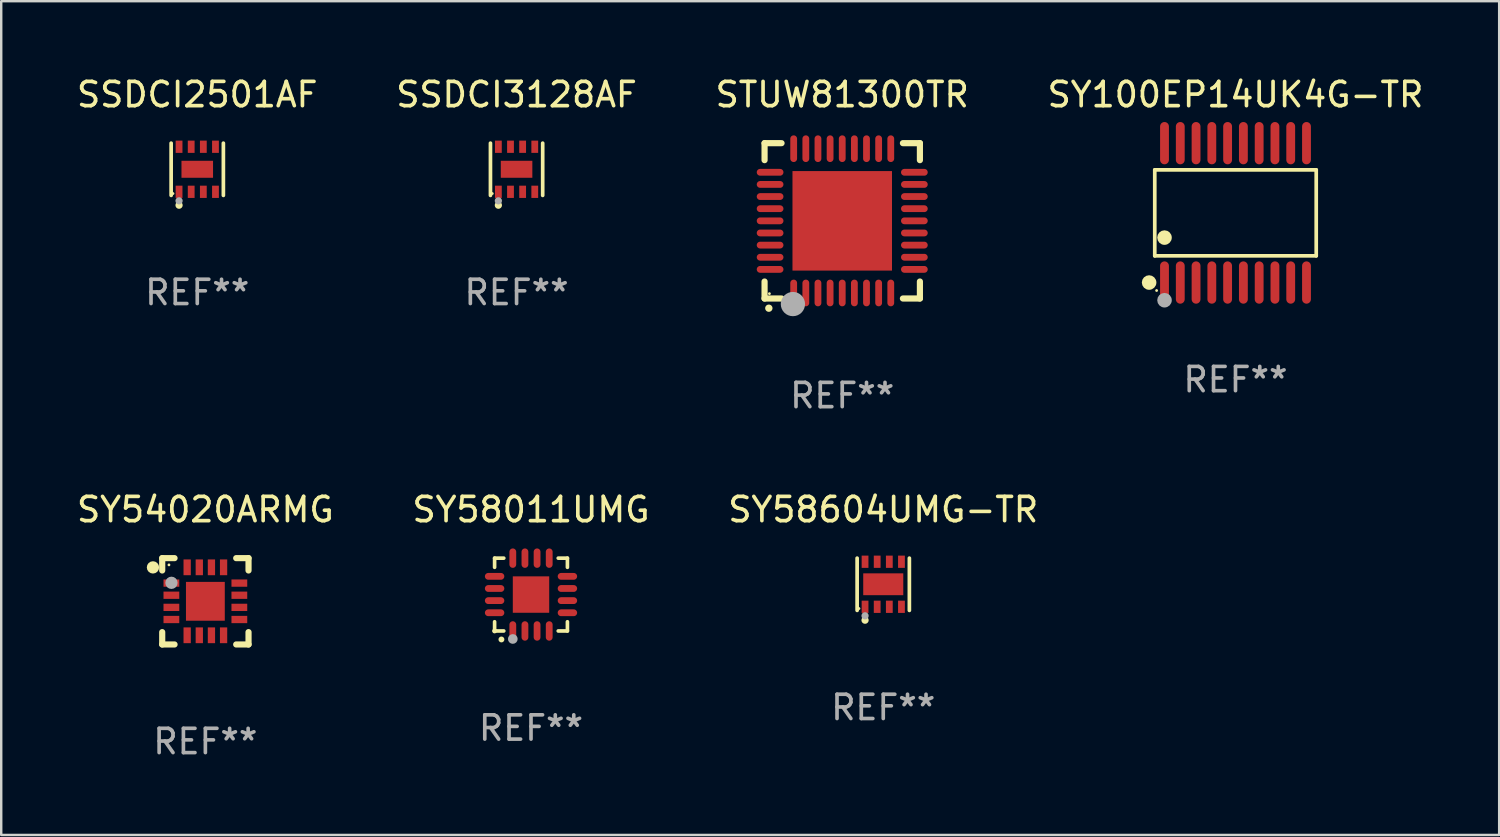
<source format=kicad_pcb>
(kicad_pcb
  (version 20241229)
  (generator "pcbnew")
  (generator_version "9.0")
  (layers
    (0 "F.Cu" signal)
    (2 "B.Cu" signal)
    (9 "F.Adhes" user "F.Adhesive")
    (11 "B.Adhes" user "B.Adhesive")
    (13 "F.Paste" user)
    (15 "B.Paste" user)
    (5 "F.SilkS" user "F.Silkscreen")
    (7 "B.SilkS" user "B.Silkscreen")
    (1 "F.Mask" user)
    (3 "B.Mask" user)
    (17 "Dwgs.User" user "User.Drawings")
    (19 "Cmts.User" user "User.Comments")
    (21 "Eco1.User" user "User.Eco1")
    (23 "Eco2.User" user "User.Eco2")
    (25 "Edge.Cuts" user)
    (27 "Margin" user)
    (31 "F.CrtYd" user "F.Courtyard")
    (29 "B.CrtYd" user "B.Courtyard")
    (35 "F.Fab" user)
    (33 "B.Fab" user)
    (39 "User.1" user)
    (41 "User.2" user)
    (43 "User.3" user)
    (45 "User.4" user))
  (footprint "SSDCI2501AF"
    (layer "F.Cu")
    (at 5.077 3.924)
    (property "Reference" "SSDCI2501AF" (at 0 -3.076 0) (layer "F.SilkS") (effects (font (size 1 1) (thickness 0.15))))
    (attr through_hole)
    (fp_line (start -1.076 1.076) (end -1.076 -1.076) (stroke (width 0.152) (type solid)) (layer "F.SilkS"))
    (fp_line (start 1.076 1.076) (end 1.076 -1.076) (stroke (width 0.152) (type solid)) (layer "F.SilkS"))
    (fp_circle (center -1 1) (end -0.97 1) (stroke (width 0.06) (type solid)) (fill no) (layer "F.SilkS"))
    (fp_circle (center -0.75 1.48) (end -0.675 1.48) (stroke (width 0.15) (type solid)) (fill no) (layer "F.SilkS"))
    (fp_circle (center -0.75 1.3) (end -0.675 1.3) (stroke (width 0.15) (type solid)) (fill no) (layer "F.Fab"))
    (fp_text user "REF**" (at 0 5.076 0) (layer "F.Fab") (effects (font (size 1 1) (thickness 0.15))))
    (pad "1" smd rect (at -0.75 0.928) (size 0.28 0.505) (layers "F.Cu" "F.Mask" "F.Paste"))
    (pad "2" smd rect (at -0.25 0.928) (size 0.28 0.505) (layers "F.Cu" "F.Mask" "F.Paste"))
    (pad "3" smd rect (at 0.25 0.928) (size 0.28 0.505) (layers "F.Cu" "F.Mask" "F.Paste"))
    (pad "4" smd rect (at 0.75 0.928) (size 0.28 0.505) (layers "F.Cu" "F.Mask" "F.Paste"))
    (pad "5" smd rect (at 0.75 -0.928) (size 0.28 0.505) (layers "F.Cu" "F.Mask" "F.Paste"))
    (pad "6" smd rect (at 0.25 -0.928) (size 0.28 0.505) (layers "F.Cu" "F.Mask" "F.Paste"))
    (pad "7" smd rect (at -0.25 -0.928) (size 0.28 0.505) (layers "F.Cu" "F.Mask" "F.Paste"))
    (pad "8" smd rect (at -0.75 -0.928) (size 0.28 0.505) (layers "F.Cu" "F.Mask" "F.Paste"))
    (pad "9" smd rect (at 0 0) (size 1.3 0.7) (layers "F.Cu" "F.Mask" "F.Paste")))
  (footprint "SY58011UMG"
    (layer "F.Cu")
    (at 18.827 21.445)
    (property "Reference" "SY58011UMG" (at 0 -3.5 0) (layer "F.SilkS") (effects (font (size 1 1) (thickness 0.15))))
    (attr through_hole)
    (fp_line (start -1.5 -1.5) (end -1.121 -1.5) (stroke (width 0.15) (type solid)) (layer "F.SilkS"))
    (fp_line (start -1.5 -1.122) (end -1.5 -1.5) (stroke (width 0.15) (type solid)) (layer "F.SilkS"))
    (fp_line (start -1.5 1.5) (end -1.5 1.121) (stroke (width 0.15) (type solid)) (layer "F.SilkS"))
    (fp_line (start -1.121 1.5) (end -1.5 1.5) (stroke (width 0.15) (type solid)) (layer "F.SilkS"))
    (fp_line (start 1.121 -1.5) (end 1.5 -1.5) (stroke (width 0.15) (type solid)) (layer "F.SilkS"))
    (fp_line (start 1.5 -1.5) (end 1.5 -1.122) (stroke (width 0.15) (type solid)) (layer "F.SilkS"))
    (fp_line (start 1.5 1.121) (end 1.5 1.5) (stroke (width 0.15) (type solid)) (layer "F.SilkS"))
    (fp_line (start 1.5 1.5) (end 1.121 1.5) (stroke (width 0.15) (type solid)) (layer "F.SilkS"))
    (fp_arc (start -1.219926 1.850254) (mid -1.21891 1.85025) (end -1.217894 1.850254) (stroke (width 0.240005) (type solid)) (layer "F.SilkS"))
    (fp_circle (center -1.5 1.5) (end -1.45 1.5) (stroke (width 0.1) (type solid)) (fill no) (layer "F.SilkS"))
    (fp_circle (center -0.75 1.83) (end -0.65 1.83) (stroke (width 0.2) (type solid)) (fill no) (layer "F.Fab"))
    (fp_text user "REF**" (at 0 5.5 0) (layer "F.Fab") (effects (font (size 1 1) (thickness 0.15))))
    (pad "1" smd oval (at -0.75 1.5) (size 0.28 0.8) (layers "F.Cu" "F.Mask" "F.Paste"))
    (pad "2" smd oval (at -0.25 1.5) (size 0.28 0.8) (layers "F.Cu" "F.Mask" "F.Paste"))
    (pad "3" smd oval (at 0.25 1.5) (size 0.28 0.8) (layers "F.Cu" "F.Mask" "F.Paste"))
    (pad "4" smd oval (at 0.75 1.5) (size 0.28 0.8) (layers "F.Cu" "F.Mask" "F.Paste"))
    (pad "5" smd oval (at 1.5 0.75) (size 0.8 0.28) (layers "F.Cu" "F.Mask" "F.Paste"))
    (pad "6" smd oval (at 1.5 0.25) (size 0.8 0.28) (layers "F.Cu" "F.Mask" "F.Paste"))
    (pad "7" smd oval (at 1.5 -0.25) (size 0.8 0.28) (layers "F.Cu" "F.Mask" "F.Paste"))
    (pad "8" smd oval (at 1.5 -0.75) (size 0.8 0.28) (layers "F.Cu" "F.Mask" "F.Paste"))
    (pad "9" smd oval (at 0.75 -1.5) (size 0.28 0.8) (layers "F.Cu" "F.Mask" "F.Paste"))
    (pad "10" smd oval (at 0.25 -1.5) (size 0.28 0.8) (layers "F.Cu" "F.Mask" "F.Paste"))
    (pad "11" smd oval (at -0.25 -1.5) (size 0.28 0.8) (layers "F.Cu" "F.Mask" "F.Paste"))
    (pad "12" smd oval (at -0.75 -1.5) (size 0.28 0.8) (layers "F.Cu" "F.Mask" "F.Paste"))
    (pad "13" smd oval (at -1.5 -0.75) (size 0.8 0.28) (layers "F.Cu" "F.Mask" "F.Paste"))
    (pad "14" smd oval (at -1.5 -0.25) (size 0.8 0.28) (layers "F.Cu" "F.Mask" "F.Paste"))
    (pad "15" smd oval (at -1.5 0.25) (size 0.8 0.28) (layers "F.Cu" "F.Mask" "F.Paste"))
    (pad "16" smd oval (at -1.5 0.75) (size 0.8 0.28) (layers "F.Cu" "F.Mask" "F.Paste"))
    (pad "17" smd rect (at -0.000064 0.000165) (size 1.5 1.5) (layers "F.Cu" "F.Mask" "F.Paste")))
  (footprint "SY100EP14UK4G-TR"
    (layer "F.Cu")
    (at 47.851 5.719)
    (property "Reference" "SY100EP14UK4G-TR" (at 0 -4.871 0) (layer "F.SilkS") (effects (font (size 1 1) (thickness 0.15))))
    (attr through_hole)
    (fp_line (start -3.326 -1.771) (end 3.326 -1.771) (stroke (width 0.152) (type solid)) (layer "F.SilkS"))
    (fp_line (start -3.326 1.771) (end -3.326 -1.771) (stroke (width 0.152) (type solid)) (layer "F.SilkS"))
    (fp_line (start 3.326 -1.771) (end 3.326 1.771) (stroke (width 0.152) (type solid)) (layer "F.SilkS"))
    (fp_line (start 3.326 1.771) (end -3.326 1.771) (stroke (width 0.152) (type solid)) (layer "F.SilkS"))
    (fp_circle (center -3.559 2.871) (end -3.409 2.871) (stroke (width 0.3) (type solid)) (fill no) (layer "F.SilkS"))
    (fp_circle (center -3.25 3.2) (end -3.22 3.2) (stroke (width 0.06) (type solid)) (fill no) (layer "F.SilkS"))
    (fp_circle (center -2.925 1.019) (end -2.775 1.019) (stroke (width 0.3) (type solid)) (fill no) (layer "F.SilkS"))
    (fp_circle (center -2.925 3.6) (end -2.775 3.6) (stroke (width 0.3) (type solid)) (fill no) (layer "F.Fab"))
    (fp_text user "REF**" (at 0 6.871 0) (layer "F.Fab") (effects (font (size 1 1) (thickness 0.15))))
    (pad "1" smd oval (at -2.925 2.871) (size 0.364 1.742) (layers "F.Cu" "F.Mask" "F.Paste"))
    (pad "2" smd oval (at -2.275 2.871) (size 0.364 1.742) (layers "F.Cu" "F.Mask" "F.Paste"))
    (pad "3" smd oval (at -1.625 2.871) (size 0.364 1.742) (layers "F.Cu" "F.Mask" "F.Paste"))
    (pad "4" smd oval (at -0.975 2.871) (size 0.364 1.742) (layers "F.Cu" "F.Mask" "F.Paste"))
    (pad "5" smd oval (at -0.325 2.871) (size 0.364 1.742) (layers "F.Cu" "F.Mask" "F.Paste"))
    (pad "6" smd oval (at 0.325 2.871) (size 0.364 1.742) (layers "F.Cu" "F.Mask" "F.Paste"))
    (pad "7" smd oval (at 0.975 2.871) (size 0.364 1.742) (layers "F.Cu" "F.Mask" "F.Paste"))
    (pad "8" smd oval (at 1.625 2.871) (size 0.364 1.742) (layers "F.Cu" "F.Mask" "F.Paste"))
    (pad "9" smd oval (at 2.275 2.871) (size 0.364 1.742) (layers "F.Cu" "F.Mask" "F.Paste"))
    (pad "10" smd oval (at 2.925 2.871) (size 0.364 1.742) (layers "F.Cu" "F.Mask" "F.Paste"))
    (pad "11" smd oval (at 2.925 -2.871) (size 0.364 1.742) (layers "F.Cu" "F.Mask" "F.Paste"))
    (pad "12" smd oval (at 2.275 -2.871) (size 0.364 1.742) (layers "F.Cu" "F.Mask" "F.Paste"))
    (pad "13" smd oval (at 1.625 -2.871) (size 0.364 1.742) (layers "F.Cu" "F.Mask" "F.Paste"))
    (pad "14" smd oval (at 0.975 -2.871) (size 0.364 1.742) (layers "F.Cu" "F.Mask" "F.Paste"))
    (pad "15" smd oval (at 0.325 -2.871) (size 0.364 1.742) (layers "F.Cu" "F.Mask" "F.Paste"))
    (pad "16" smd oval (at -0.325 -2.871) (size 0.364 1.742) (layers "F.Cu" "F.Mask" "F.Paste"))
    (pad "17" smd oval (at -0.975 -2.871) (size 0.364 1.742) (layers "F.Cu" "F.Mask" "F.Paste"))
    (pad "18" smd oval (at -1.625 -2.871) (size 0.364 1.742) (layers "F.Cu" "F.Mask" "F.Paste"))
    (pad "19" smd oval (at -2.275 -2.871) (size 0.364 1.742) (layers "F.Cu" "F.Mask" "F.Paste"))
    (pad "20" smd oval (at -2.925 -2.871) (size 0.364 1.742) (layers "F.Cu" "F.Mask" "F.Paste")))
  (footprint "SY58604UMG-TR"
    (layer "F.Cu")
    (at 33.339 21.021)
    (property "Reference" "SY58604UMG-TR" (at 0 -3.076 0) (layer "F.SilkS") (effects (font (size 1 1) (thickness 0.15))))
    (attr through_hole)
    (fp_line (start -1.076 1.076) (end -1.076 -1.076) (stroke (width 0.152) (type solid)) (layer "F.SilkS"))
    (fp_line (start 1.076 1.076) (end 1.076 -1.076) (stroke (width 0.152) (type solid)) (layer "F.SilkS"))
    (fp_circle (center -1 1) (end -0.97 1) (stroke (width 0.06) (type solid)) (fill no) (layer "F.SilkS"))
    (fp_circle (center -0.75 1.48) (end -0.675 1.48) (stroke (width 0.15) (type solid)) (fill no) (layer "F.SilkS"))
    (fp_circle (center -0.75 1.3) (end -0.675 1.3) (stroke (width 0.15) (type solid)) (fill no) (layer "F.Fab"))
    (fp_text user "REF**" (at 0 5.076 0) (layer "F.Fab") (effects (font (size 1 1) (thickness 0.15))))
    (pad "1" smd rect (at -0.75 0.928) (size 0.28 0.505) (layers "F.Cu" "F.Mask" "F.Paste"))
    (pad "2" smd rect (at -0.25 0.928) (size 0.28 0.505) (layers "F.Cu" "F.Mask" "F.Paste"))
    (pad "3" smd rect (at 0.25 0.928) (size 0.28 0.505) (layers "F.Cu" "F.Mask" "F.Paste"))
    (pad "4" smd rect (at 0.75 0.928) (size 0.28 0.505) (layers "F.Cu" "F.Mask" "F.Paste"))
    (pad "5" smd rect (at 0.75 -0.928) (size 0.28 0.505) (layers "F.Cu" "F.Mask" "F.Paste"))
    (pad "6" smd rect (at 0.25 -0.928) (size 0.28 0.505) (layers "F.Cu" "F.Mask" "F.Paste"))
    (pad "7" smd rect (at -0.25 -0.928) (size 0.28 0.505) (layers "F.Cu" "F.Mask" "F.Paste"))
    (pad "8" smd rect (at -0.75 -0.928) (size 0.28 0.505) (layers "F.Cu" "F.Mask" "F.Paste"))
    (pad "9" smd rect (at 0 0) (size 1.65 0.9) (layers "F.Cu" "F.Mask" "F.Paste")))
  (footprint "SY54020ARMG"
    (layer "F.Cu")
    (at 5.411 21.723)
    (property "Reference" "SY54020ARMG" (at 0 -3.778 0) (layer "F.SilkS") (effects (font (size 1 1) (thickness 0.15))))
    (attr through_hole)
    (fp_line (start -1.778 -1.778) (end -1.778 -1.27) (stroke (width 0.254) (type solid)) (layer "F.SilkS"))
    (fp_line (start -1.778 1.27) (end -1.778 1.778) (stroke (width 0.254) (type solid)) (layer "F.SilkS"))
    (fp_line (start -1.778 1.778) (end -1.27 1.778) (stroke (width 0.254) (type solid)) (layer "F.SilkS"))
    (fp_line (start -1.27 -1.778) (end -1.778 -1.778) (stroke (width 0.254) (type solid)) (layer "F.SilkS"))
    (fp_line (start 1.27 -1.778) (end 1.778 -1.778) (stroke (width 0.254) (type solid)) (layer "F.SilkS"))
    (fp_line (start 1.27 1.778) (end 1.778 1.778) (stroke (width 0.254) (type solid)) (layer "F.SilkS"))
    (fp_line (start 1.778 -1.778) (end 1.778 -1.27) (stroke (width 0.254) (type solid)) (layer "F.SilkS"))
    (fp_line (start 1.778 1.778) (end 1.778 1.27) (stroke (width 0.254) (type solid)) (layer "F.SilkS"))
    (fp_circle (center -2.159 -1.397) (end -2.032 -1.397) (stroke (width 0.254) (type solid)) (fill no) (layer "F.SilkS"))
    (fp_circle (center -1.5 -1.5) (end -1.47 -1.5) (stroke (width 0.06) (type solid)) (fill no) (layer "F.SilkS"))
    (fp_circle (center -1.397 -0.762) (end -1.27 -0.762) (stroke (width 0.254) (type solid)) (fill no) (layer "F.Fab"))
    (fp_text user "REF**" (at 0 5.778 0) (layer "F.Fab") (effects (font (size 1 1) (thickness 0.15))))
    (pad "1" smd rect (at -1.4 -0.75 90) (size 0.3 0.65) (layers "F.Cu" "F.Mask" "F.Paste"))
    (pad "2" smd rect (at -1.4 -0.25 90) (size 0.3 0.65) (layers "F.Cu" "F.Mask" "F.Paste"))
    (pad "3" smd rect (at -1.4 0.25 90) (size 0.3 0.65) (layers "F.Cu" "F.Mask" "F.Paste"))
    (pad "4" smd rect (at -1.4 0.75 90) (size 0.3 0.65) (layers "F.Cu" "F.Mask" "F.Paste"))
    (pad "5" smd rect (at -0.75 1.4 180) (size 0.3 0.65) (layers "F.Cu" "F.Mask" "F.Paste"))
    (pad "6" smd rect (at -0.25 1.4 180) (size 0.3 0.65) (layers "F.Cu" "F.Mask" "F.Paste"))
    (pad "7" smd rect (at 0.25 1.4 180) (size 0.3 0.65) (layers "F.Cu" "F.Mask" "F.Paste"))
    (pad "8" smd rect (at 0.75 1.4 180) (size 0.3 0.65) (layers "F.Cu" "F.Mask" "F.Paste"))
    (pad "9" smd rect (at 1.4 0.75 270) (size 0.3 0.65) (layers "F.Cu" "F.Mask" "F.Paste"))
    (pad "10" smd rect (at 1.4 0.25 270) (size 0.3 0.65) (layers "F.Cu" "F.Mask" "F.Paste"))
    (pad "11" smd rect (at 1.4 -0.25 270) (size 0.3 0.65) (layers "F.Cu" "F.Mask" "F.Paste"))
    (pad "12" smd rect (at 1.4 -0.75 270) (size 0.3 0.65) (layers "F.Cu" "F.Mask" "F.Paste"))
    (pad "13" smd rect (at 0.75 -1.4) (size 0.3 0.65) (layers "F.Cu" "F.Mask" "F.Paste"))
    (pad "14" smd rect (at 0.25 -1.4) (size 0.3 0.65) (layers "F.Cu" "F.Mask" "F.Paste"))
    (pad "15" smd rect (at -0.25 -1.4) (size 0.3 0.65) (layers "F.Cu" "F.Mask" "F.Paste"))
    (pad "16" smd rect (at -0.75 -1.4) (size 0.3 0.65) (layers "F.Cu" "F.Mask" "F.Paste"))
    (pad "17" smd rect (at 0.000076 0.000025) (size 1.6 1.6) (layers "F.Cu" "F.Mask" "F.Paste")))
  (footprint "SSDCI3128AF"
    (layer "F.Cu")
    (at 18.232 3.924)
    (property "Reference" "SSDCI3128AF" (at 0 -3.076 0) (layer "F.SilkS") (effects (font (size 1 1) (thickness 0.15))))
    (attr through_hole)
    (fp_line (start -1.076 1.076) (end -1.076 -1.076) (stroke (width 0.152) (type solid)) (layer "F.SilkS"))
    (fp_line (start 1.076 1.076) (end 1.076 -1.076) (stroke (width 0.152) (type solid)) (layer "F.SilkS"))
    (fp_circle (center -1 1) (end -0.97 1) (stroke (width 0.06) (type solid)) (fill no) (layer "F.SilkS"))
    (fp_circle (center -0.75 1.48) (end -0.675 1.48) (stroke (width 0.15) (type solid)) (fill no) (layer "F.SilkS"))
    (fp_circle (center -0.75 1.3) (end -0.675 1.3) (stroke (width 0.15) (type solid)) (fill no) (layer "F.Fab"))
    (fp_text user "REF**" (at 0 5.076 0) (layer "F.Fab") (effects (font (size 1 1) (thickness 0.15))))
    (pad "1" smd rect (at -0.75 0.928) (size 0.28 0.505) (layers "F.Cu" "F.Mask" "F.Paste"))
    (pad "2" smd rect (at -0.25 0.928) (size 0.28 0.505) (layers "F.Cu" "F.Mask" "F.Paste"))
    (pad "3" smd rect (at 0.25 0.928) (size 0.28 0.505) (layers "F.Cu" "F.Mask" "F.Paste"))
    (pad "4" smd rect (at 0.75 0.928) (size 0.28 0.505) (layers "F.Cu" "F.Mask" "F.Paste"))
    (pad "5" smd rect (at 0.75 -0.928) (size 0.28 0.505) (layers "F.Cu" "F.Mask" "F.Paste"))
    (pad "6" smd rect (at 0.25 -0.928) (size 0.28 0.505) (layers "F.Cu" "F.Mask" "F.Paste"))
    (pad "7" smd rect (at -0.25 -0.928) (size 0.28 0.505) (layers "F.Cu" "F.Mask" "F.Paste"))
    (pad "8" smd rect (at -0.75 -0.928) (size 0.28 0.505) (layers "F.Cu" "F.Mask" "F.Paste"))
    (pad "9" smd rect (at 0 0) (size 1.3 0.7) (layers "F.Cu" "F.Mask" "F.Paste")))
  (footprint "STUW81300TR"
    (layer "F.Cu")
    (at 31.649 6.048)
    (property "Reference" "STUW81300TR" (at 0 -5.2 0) (layer "F.SilkS") (effects (font (size 1 1) (thickness 0.15))))
    (attr through_hole)
    (fp_line (start -3.2 -3.2) (end -2.5 -3.2) (stroke (width 0.254) (type solid)) (layer "F.SilkS"))
    (fp_line (start -3.2 -2.5) (end -3.2 -3.2) (stroke (width 0.254) (type solid)) (layer "F.SilkS"))
    (fp_line (start -3.2 3.2) (end -3.2 2.5) (stroke (width 0.254) (type solid)) (layer "F.SilkS"))
    (fp_line (start -2.5 3.2) (end -3.2 3.2) (stroke (width 0.254) (type solid)) (layer "F.SilkS"))
    (fp_line (start 3.2 -3.2) (end 2.5 -3.2) (stroke (width 0.254) (type solid)) (layer "F.SilkS"))
    (fp_line (start 3.2 -2.5) (end 3.2 -3.2) (stroke (width 0.254) (type solid)) (layer "F.SilkS"))
    (fp_line (start 3.2 2.5) (end 3.2 3.2) (stroke (width 0.254) (type solid)) (layer "F.SilkS"))
    (fp_line (start 3.2 3.2) (end 2.5 3.2) (stroke (width 0.254) (type solid)) (layer "F.SilkS"))
    (fp_arc (start -3.025146 3.599187) (mid -3.023876 3.599182) (end -3.022606 3.599187) (stroke (width 0.3) (type solid)) (layer "F.SilkS"))
    (fp_circle (center -3 3) (end -2.97 3) (stroke (width 0.06) (type solid)) (fill no) (layer "F.SilkS"))
    (fp_circle (center -2.032 3.429) (end -1.782 3.429) (stroke (width 0.5) (type solid)) (fill no) (layer "F.Fab"))
    (fp_text user "REF**" (at 0 7.2 0) (layer "F.Fab") (effects (font (size 1 1) (thickness 0.15))))
    (pad "1" smd oval (at -2 2.972) (size 0.28 1.1) (layers "F.Cu" "F.Mask" "F.Paste"))
    (pad "2" smd oval (at -1.5 2.972) (size 0.28 1.1) (layers "F.Cu" "F.Mask" "F.Paste"))
    (pad "3" smd oval (at -1 2.972) (size 0.28 1.1) (layers "F.Cu" "F.Mask" "F.Paste"))
    (pad "4" smd oval (at -0.5 2.972) (size 0.28 1.1) (layers "F.Cu" "F.Mask" "F.Paste"))
    (pad "5" smd oval (at 0.000102 2.972) (size 0.28 1.1) (layers "F.Cu" "F.Mask" "F.Paste"))
    (pad "6" smd oval (at 0.5 2.972) (size 0.28 1.1) (layers "F.Cu" "F.Mask" "F.Paste"))
    (pad "7" smd oval (at 1 2.972) (size 0.28 1.1) (layers "F.Cu" "F.Mask" "F.Paste"))
    (pad "8" smd oval (at 1.5 2.972) (size 0.28 1.1) (layers "F.Cu" "F.Mask" "F.Paste"))
    (pad "9" smd oval (at 2 2.972) (size 0.28 1.1) (layers "F.Cu" "F.Mask" "F.Paste"))
    (pad "10" smd oval (at 2.972 2 90) (size 0.28 1.1) (layers "F.Cu" "F.Mask" "F.Paste"))
    (pad "11" smd oval (at 2.972 1.5 90) (size 0.28 1.1) (layers "F.Cu" "F.Mask" "F.Paste"))
    (pad "12" smd oval (at 2.972 1 90) (size 0.28 1.1) (layers "F.Cu" "F.Mask" "F.Paste"))
    (pad "13" smd oval (at 2.972 0.5 90) (size 0.28 1.1) (layers "F.Cu" "F.Mask" "F.Paste"))
    (pad "14" smd oval (at 2.972 0.000102 90) (size 0.28 1.1) (layers "F.Cu" "F.Mask" "F.Paste"))
    (pad "15" smd oval (at 2.972 -0.5 90) (size 0.28 1.1) (layers "F.Cu" "F.Mask" "F.Paste"))
    (pad "16" smd oval (at 2.972 -1 90) (size 0.28 1.1) (layers "F.Cu" "F.Mask" "F.Paste"))
    (pad "17" smd oval (at 2.972 -1.5 90) (size 0.28 1.1) (layers "F.Cu" "F.Mask" "F.Paste"))
    (pad "18" smd oval (at 2.972 -2 90) (size 0.28 1.1) (layers "F.Cu" "F.Mask" "F.Paste"))
    (pad "19" smd oval (at 2 -2.972 180) (size 0.28 1.1) (layers "F.Cu" "F.Mask" "F.Paste"))
    (pad "20" smd oval (at 1.5 -2.972 180) (size 0.28 1.1) (layers "F.Cu" "F.Mask" "F.Paste"))
    (pad "21" smd oval (at 1 -2.972 180) (size 0.28 1.1) (layers "F.Cu" "F.Mask" "F.Paste"))
    (pad "22" smd oval (at 0.5 -2.972 180) (size 0.28 1.1) (layers "F.Cu" "F.Mask" "F.Paste"))
    (pad "23" smd oval (at 0.000102 -2.972 180) (size 0.28 1.1) (layers "F.Cu" "F.Mask" "F.Paste"))
    (pad "24" smd oval (at -0.5 -2.972 180) (size 0.28 1.1) (layers "F.Cu" "F.Mask" "F.Paste"))
    (pad "25" smd oval (at -1 -2.972 180) (size 0.28 1.1) (layers "F.Cu" "F.Mask" "F.Paste"))
    (pad "26" smd oval (at -1.5 -2.972 180) (size 0.28 1.1) (layers "F.Cu" "F.Mask" "F.Paste"))
    (pad "27" smd oval (at -2 -2.972 180) (size 0.28 1.1) (layers "F.Cu" "F.Mask" "F.Paste"))
    (pad "28" smd oval (at -2.972 -2 270) (size 0.28 1.1) (layers "F.Cu" "F.Mask" "F.Paste"))
    (pad "29" smd oval (at -2.972 -1.5 270) (size 0.28 1.1) (layers "F.Cu" "F.Mask" "F.Paste"))
    (pad "30" smd oval (at -2.972 -1 270) (size 0.28 1.1) (layers "F.Cu" "F.Mask" "F.Paste"))
    (pad "31" smd oval (at -2.972 -0.5 270) (size 0.28 1.1) (layers "F.Cu" "F.Mask" "F.Paste"))
    (pad "32" smd oval (at -2.972 0.000102 270) (size 0.28 1.1) (layers "F.Cu" "F.Mask" "F.Paste"))
    (pad "33" smd oval (at -2.972 0.5 270) (size 0.28 1.1) (layers "F.Cu" "F.Mask" "F.Paste"))
    (pad "34" smd oval (at -2.972 1 270) (size 0.28 1.1) (layers "F.Cu" "F.Mask" "F.Paste"))
    (pad "35" smd oval (at -2.972 1.5 270) (size 0.28 1.1) (layers "F.Cu" "F.Mask" "F.Paste"))
    (pad "36" smd oval (at -2.972 2 270) (size 0.28 1.1) (layers "F.Cu" "F.Mask" "F.Paste"))
    (pad "37" smd rect (at 0.000102 0.000102) (size 4.1 4.1) (layers "F.Cu" "F.Mask" "F.Paste")))
  (gr_rect
    (start -3 -3)
    (end 58.714 31.349)
    (stroke (width 0.1) (type default))
    (fill no)
    (layer "Edge.Cuts")))
</source>
